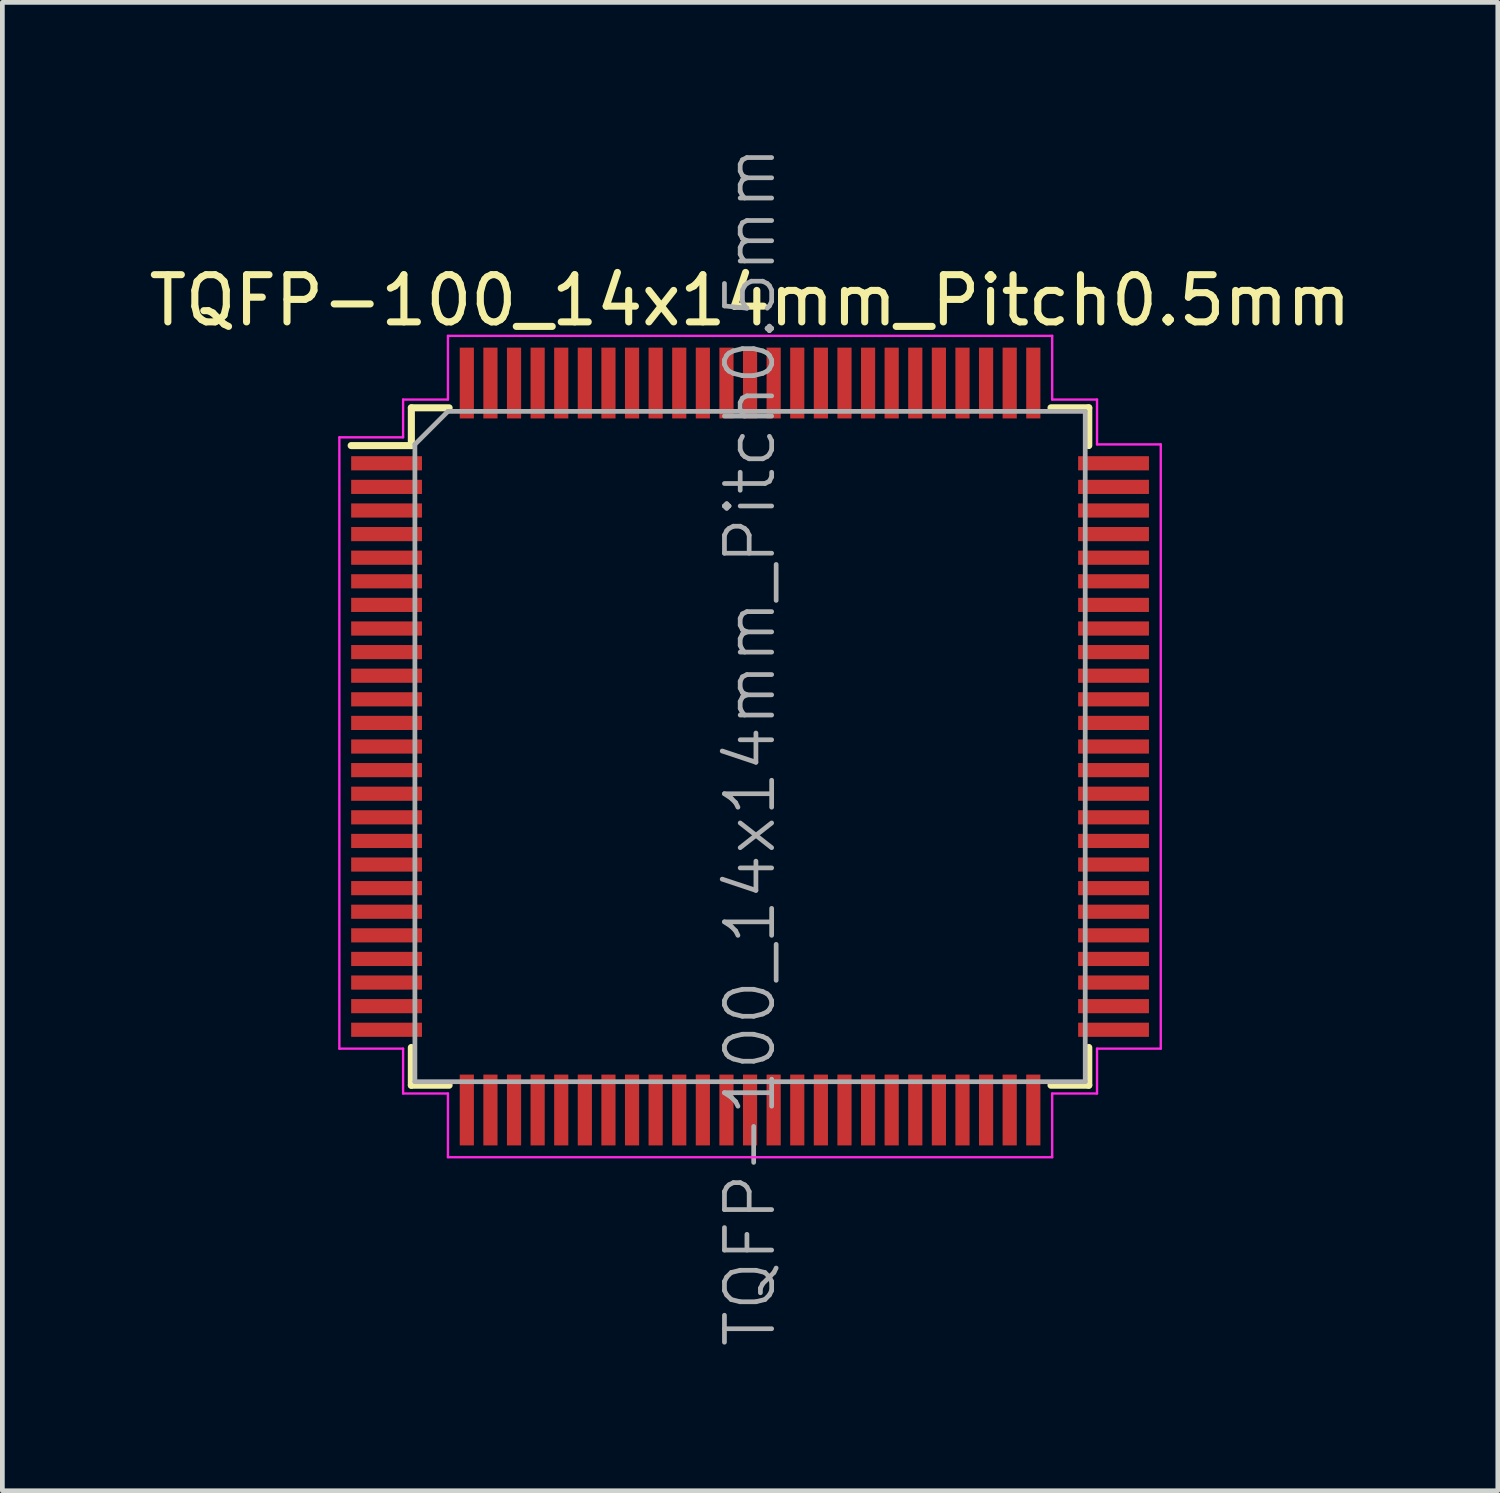
<source format=kicad_pcb>
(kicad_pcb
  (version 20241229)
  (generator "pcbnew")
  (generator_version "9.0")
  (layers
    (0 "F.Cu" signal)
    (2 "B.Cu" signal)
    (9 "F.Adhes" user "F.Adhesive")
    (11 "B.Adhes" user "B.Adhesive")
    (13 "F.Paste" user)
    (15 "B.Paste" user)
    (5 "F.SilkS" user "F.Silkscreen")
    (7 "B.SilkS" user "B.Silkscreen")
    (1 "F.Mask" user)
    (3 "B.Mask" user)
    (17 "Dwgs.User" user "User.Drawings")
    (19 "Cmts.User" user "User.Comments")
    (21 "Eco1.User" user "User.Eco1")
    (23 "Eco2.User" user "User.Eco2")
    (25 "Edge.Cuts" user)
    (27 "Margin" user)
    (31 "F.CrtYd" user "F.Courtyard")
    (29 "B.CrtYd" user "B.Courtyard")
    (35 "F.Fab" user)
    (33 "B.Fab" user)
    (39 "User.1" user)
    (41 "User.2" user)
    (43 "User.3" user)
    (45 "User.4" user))
  (footprint "TQFP-100_14x14mm_Pitch0.5mm"
    (layer "F.Cu")
    (at 12.839 12.764)
    (property "Reference" "TQFP-100_14x14mm_Pitch0.5mm" (at 0 -9.45 0) (layer "F.SilkS") (effects (font (size 1 1) (thickness 0.15))))
    (attr smd)
    (fp_line (start -7.175 -7.175) (end -7.175 -6.375) (stroke (width 0.15) (type solid)) (layer "F.SilkS"))
    (fp_line (start -7.175 -7.175) (end -6.375 -7.175) (stroke (width 0.15) (type solid)) (layer "F.SilkS"))
    (fp_line (start -7.175 -6.375) (end -8.45 -6.375) (stroke (width 0.15) (type solid)) (layer "F.SilkS"))
    (fp_line (start -7.175 7.175) (end -7.175 6.375) (stroke (width 0.15) (type solid)) (layer "F.SilkS"))
    (fp_line (start -7.175 7.175) (end -6.375 7.175) (stroke (width 0.15) (type solid)) (layer "F.SilkS"))
    (fp_line (start 7.175 -7.175) (end 6.375 -7.175) (stroke (width 0.15) (type solid)) (layer "F.SilkS"))
    (fp_line (start 7.175 -7.175) (end 7.175 -6.375) (stroke (width 0.15) (type solid)) (layer "F.SilkS"))
    (fp_line (start 7.175 7.175) (end 6.375 7.175) (stroke (width 0.15) (type solid)) (layer "F.SilkS"))
    (fp_line (start 7.175 7.175) (end 7.175 6.375) (stroke (width 0.15) (type solid)) (layer "F.SilkS"))
    (fp_line (start -8.7 -6.55) (end -8.7 6.4) (stroke (width 0.05) (type solid)) (layer "F.CrtYd"))
    (fp_line (start -8.7 -6.55) (end -7.35 -6.55) (stroke (width 0.05) (type solid)) (layer "F.CrtYd"))
    (fp_line (start -8.7 6.4) (end -7.35 6.4) (stroke (width 0.05) (type solid)) (layer "F.CrtYd"))
    (fp_line (start -7.35 -7.35) (end -7.35 -6.55) (stroke (width 0.05) (type solid)) (layer "F.CrtYd"))
    (fp_line (start -7.35 7.35) (end -7.35 6.4) (stroke (width 0.05) (type solid)) (layer "F.CrtYd"))
    (fp_line (start -6.4 -8.7) (end -6.4 -7.35) (stroke (width 0.05) (type solid)) (layer "F.CrtYd"))
    (fp_line (start -6.4 -7.35) (end -7.35 -7.35) (stroke (width 0.05) (type solid)) (layer "F.CrtYd"))
    (fp_line (start -6.4 7.35) (end -7.35 7.35) (stroke (width 0.05) (type solid)) (layer "F.CrtYd"))
    (fp_line (start -6.4 8.7) (end -6.4 7.35) (stroke (width 0.05) (type solid)) (layer "F.CrtYd"))
    (fp_line (start 6.4 -8.7) (end -6.4 -8.7) (stroke (width 0.05) (type solid)) (layer "F.CrtYd"))
    (fp_line (start 6.4 -8.7) (end 6.4 -7.35) (stroke (width 0.05) (type solid)) (layer "F.CrtYd"))
    (fp_line (start 6.4 -7.35) (end 7.35 -7.35) (stroke (width 0.05) (type solid)) (layer "F.CrtYd"))
    (fp_line (start 6.4 7.35) (end 7.35 7.35) (stroke (width 0.05) (type solid)) (layer "F.CrtYd"))
    (fp_line (start 6.4 8.7) (end -6.4 8.7) (stroke (width 0.05) (type solid)) (layer "F.CrtYd"))
    (fp_line (start 6.4 8.7) (end 6.4 7.35) (stroke (width 0.05) (type solid)) (layer "F.CrtYd"))
    (fp_line (start 7.35 -7.35) (end 7.35 -6.4) (stroke (width 0.05) (type solid)) (layer "F.CrtYd"))
    (fp_line (start 7.35 7.35) (end 7.35 6.4) (stroke (width 0.05) (type solid)) (layer "F.CrtYd"))
    (fp_line (start 8.7 -6.4) (end 7.35 -6.4) (stroke (width 0.05) (type solid)) (layer "F.CrtYd"))
    (fp_line (start 8.7 -6.4) (end 8.7 6.4) (stroke (width 0.05) (type solid)) (layer "F.CrtYd"))
    (fp_line (start 8.7 6.4) (end 7.35 6.4) (stroke (width 0.05) (type solid)) (layer "F.CrtYd"))
    (fp_line (start -7.1 -6.4) (end -6.4 -7.1) (stroke (width 0.1) (type solid)) (layer "F.Fab"))
    (fp_line (start -7.1 7.1) (end -7.1 -6.4) (stroke (width 0.1) (type solid)) (layer "F.Fab"))
    (fp_line (start 7.1 -7.1) (end -6.4 -7.1) (stroke (width 0.1) (type solid)) (layer "F.Fab"))
    (fp_line (start 7.1 7.1) (end -7.1 7.1) (stroke (width 0.1) (type solid)) (layer "F.Fab"))
    (fp_line (start 7.1 7.1) (end 7.1 -7.1) (stroke (width 0.1) (type solid)) (layer "F.Fab"))
    (fp_text user "${REFERENCE}" (at 0 0 90) (layer "F.Fab") (effects (font (size 1 1) (thickness 0.1))))
    (pad "1" smd rect (at -7.7 -6) (size 1.5 0.3) (layers "F.Cu" "F.Mask" "F.Paste"))
    (pad "2" smd rect (at -7.7 -5.5) (size 1.5 0.3) (layers "F.Cu" "F.Mask" "F.Paste"))
    (pad "3" smd rect (at -7.7 -5) (size 1.5 0.3) (layers "F.Cu" "F.Mask" "F.Paste"))
    (pad "4" smd rect (at -7.7 -4.5) (size 1.5 0.3) (layers "F.Cu" "F.Mask" "F.Paste"))
    (pad "5" smd rect (at -7.7 -4) (size 1.5 0.3) (layers "F.Cu" "F.Mask" "F.Paste"))
    (pad "6" smd rect (at -7.7 -3.5) (size 1.5 0.3) (layers "F.Cu" "F.Mask" "F.Paste"))
    (pad "7" smd rect (at -7.7 -3) (size 1.5 0.3) (layers "F.Cu" "F.Mask" "F.Paste"))
    (pad "8" smd rect (at -7.7 -2.5) (size 1.5 0.3) (layers "F.Cu" "F.Mask" "F.Paste"))
    (pad "9" smd rect (at -7.7 -2) (size 1.5 0.3) (layers "F.Cu" "F.Mask" "F.Paste"))
    (pad "10" smd rect (at -7.7 -1.5) (size 1.5 0.3) (layers "F.Cu" "F.Mask" "F.Paste"))
    (pad "11" smd rect (at -7.7 -1) (size 1.5 0.3) (layers "F.Cu" "F.Mask" "F.Paste"))
    (pad "12" smd rect (at -7.7 -0.5) (size 1.5 0.3) (layers "F.Cu" "F.Mask" "F.Paste"))
    (pad "13" smd rect (at -7.7 0) (size 1.5 0.3) (layers "F.Cu" "F.Mask" "F.Paste"))
    (pad "14" smd rect (at -7.7 0.5) (size 1.5 0.3) (layers "F.Cu" "F.Mask" "F.Paste"))
    (pad "15" smd rect (at -7.7 1) (size 1.5 0.3) (layers "F.Cu" "F.Mask" "F.Paste"))
    (pad "16" smd rect (at -7.7 1.5) (size 1.5 0.3) (layers "F.Cu" "F.Mask" "F.Paste"))
    (pad "17" smd rect (at -7.7 2) (size 1.5 0.3) (layers "F.Cu" "F.Mask" "F.Paste"))
    (pad "18" smd rect (at -7.7 2.5) (size 1.5 0.3) (layers "F.Cu" "F.Mask" "F.Paste"))
    (pad "19" smd rect (at -7.7 3) (size 1.5 0.3) (layers "F.Cu" "F.Mask" "F.Paste"))
    (pad "20" smd rect (at -7.7 3.5) (size 1.5 0.3) (layers "F.Cu" "F.Mask" "F.Paste"))
    (pad "21" smd rect (at -7.7 4) (size 1.5 0.3) (layers "F.Cu" "F.Mask" "F.Paste"))
    (pad "22" smd rect (at -7.7 4.5) (size 1.5 0.3) (layers "F.Cu" "F.Mask" "F.Paste"))
    (pad "23" smd rect (at -7.7 5) (size 1.5 0.3) (layers "F.Cu" "F.Mask" "F.Paste"))
    (pad "24" smd rect (at -7.7 5.5) (size 1.5 0.3) (layers "F.Cu" "F.Mask" "F.Paste"))
    (pad "25" smd rect (at -7.7 6) (size 1.5 0.3) (layers "F.Cu" "F.Mask" "F.Paste"))
    (pad "26" smd rect (at -6 7.7 90) (size 1.5 0.3) (layers "F.Cu" "F.Mask" "F.Paste"))
    (pad "27" smd rect (at -5.5 7.7 90) (size 1.5 0.3) (layers "F.Cu" "F.Mask" "F.Paste"))
    (pad "28" smd rect (at -5 7.7 90) (size 1.5 0.3) (layers "F.Cu" "F.Mask" "F.Paste"))
    (pad "29" smd rect (at -4.5 7.7 90) (size 1.5 0.3) (layers "F.Cu" "F.Mask" "F.Paste"))
    (pad "30" smd rect (at -4 7.7 90) (size 1.5 0.3) (layers "F.Cu" "F.Mask" "F.Paste"))
    (pad "31" smd rect (at -3.5 7.7 90) (size 1.5 0.3) (layers "F.Cu" "F.Mask" "F.Paste"))
    (pad "32" smd rect (at -3 7.7 90) (size 1.5 0.3) (layers "F.Cu" "F.Mask" "F.Paste"))
    (pad "33" smd rect (at -2.5 7.7 90) (size 1.5 0.3) (layers "F.Cu" "F.Mask" "F.Paste"))
    (pad "34" smd rect (at -2 7.7 90) (size 1.5 0.3) (layers "F.Cu" "F.Mask" "F.Paste"))
    (pad "35" smd rect (at -1.5 7.7 90) (size 1.5 0.3) (layers "F.Cu" "F.Mask" "F.Paste"))
    (pad "36" smd rect (at -1 7.7 90) (size 1.5 0.3) (layers "F.Cu" "F.Mask" "F.Paste"))
    (pad "37" smd rect (at -0.5 7.7 90) (size 1.5 0.3) (layers "F.Cu" "F.Mask" "F.Paste"))
    (pad "38" smd rect (at 0 7.7 90) (size 1.5 0.3) (layers "F.Cu" "F.Mask" "F.Paste"))
    (pad "39" smd rect (at 0.5 7.7 90) (size 1.5 0.3) (layers "F.Cu" "F.Mask" "F.Paste"))
    (pad "40" smd rect (at 1 7.7 90) (size 1.5 0.3) (layers "F.Cu" "F.Mask" "F.Paste"))
    (pad "41" smd rect (at 1.5 7.7 90) (size 1.5 0.3) (layers "F.Cu" "F.Mask" "F.Paste"))
    (pad "42" smd rect (at 2 7.7 90) (size 1.5 0.3) (layers "F.Cu" "F.Mask" "F.Paste"))
    (pad "43" smd rect (at 2.5 7.7 90) (size 1.5 0.3) (layers "F.Cu" "F.Mask" "F.Paste"))
    (pad "44" smd rect (at 3 7.7 90) (size 1.5 0.3) (layers "F.Cu" "F.Mask" "F.Paste"))
    (pad "45" smd rect (at 3.5 7.7 90) (size 1.5 0.3) (layers "F.Cu" "F.Mask" "F.Paste"))
    (pad "46" smd rect (at 4 7.7 90) (size 1.5 0.3) (layers "F.Cu" "F.Mask" "F.Paste"))
    (pad "47" smd rect (at 4.5 7.7 90) (size 1.5 0.3) (layers "F.Cu" "F.Mask" "F.Paste"))
    (pad "48" smd rect (at 5 7.7 90) (size 1.5 0.3) (layers "F.Cu" "F.Mask" "F.Paste"))
    (pad "49" smd rect (at 5.5 7.7 90) (size 1.5 0.3) (layers "F.Cu" "F.Mask" "F.Paste"))
    (pad "50" smd rect (at 6 7.7 90) (size 1.5 0.3) (layers "F.Cu" "F.Mask" "F.Paste"))
    (pad "51" smd rect (at 7.7 6) (size 1.5 0.3) (layers "F.Cu" "F.Mask" "F.Paste"))
    (pad "52" smd rect (at 7.7 5.5) (size 1.5 0.3) (layers "F.Cu" "F.Mask" "F.Paste"))
    (pad "53" smd rect (at 7.7 5) (size 1.5 0.3) (layers "F.Cu" "F.Mask" "F.Paste"))
    (pad "54" smd rect (at 7.7 4.5) (size 1.5 0.3) (layers "F.Cu" "F.Mask" "F.Paste"))
    (pad "55" smd rect (at 7.7 4) (size 1.5 0.3) (layers "F.Cu" "F.Mask" "F.Paste"))
    (pad "56" smd rect (at 7.7 3.5) (size 1.5 0.3) (layers "F.Cu" "F.Mask" "F.Paste"))
    (pad "57" smd rect (at 7.7 3) (size 1.5 0.3) (layers "F.Cu" "F.Mask" "F.Paste"))
    (pad "58" smd rect (at 7.7 2.5) (size 1.5 0.3) (layers "F.Cu" "F.Mask" "F.Paste"))
    (pad "59" smd rect (at 7.7 2) (size 1.5 0.3) (layers "F.Cu" "F.Mask" "F.Paste"))
    (pad "60" smd rect (at 7.7 1.5) (size 1.5 0.3) (layers "F.Cu" "F.Mask" "F.Paste"))
    (pad "61" smd rect (at 7.7 1) (size 1.5 0.3) (layers "F.Cu" "F.Mask" "F.Paste"))
    (pad "62" smd rect (at 7.7 0.5) (size 1.5 0.3) (layers "F.Cu" "F.Mask" "F.Paste"))
    (pad "63" smd rect (at 7.7 0) (size 1.5 0.3) (layers "F.Cu" "F.Mask" "F.Paste"))
    (pad "64" smd rect (at 7.7 -0.5) (size 1.5 0.3) (layers "F.Cu" "F.Mask" "F.Paste"))
    (pad "65" smd rect (at 7.7 -1) (size 1.5 0.3) (layers "F.Cu" "F.Mask" "F.Paste"))
    (pad "66" smd rect (at 7.7 -1.5) (size 1.5 0.3) (layers "F.Cu" "F.Mask" "F.Paste"))
    (pad "67" smd rect (at 7.7 -2) (size 1.5 0.3) (layers "F.Cu" "F.Mask" "F.Paste"))
    (pad "68" smd rect (at 7.7 -2.5) (size 1.5 0.3) (layers "F.Cu" "F.Mask" "F.Paste"))
    (pad "69" smd rect (at 7.7 -3) (size 1.5 0.3) (layers "F.Cu" "F.Mask" "F.Paste"))
    (pad "70" smd rect (at 7.7 -3.5) (size 1.5 0.3) (layers "F.Cu" "F.Mask" "F.Paste"))
    (pad "71" smd rect (at 7.7 -4) (size 1.5 0.3) (layers "F.Cu" "F.Mask" "F.Paste"))
    (pad "72" smd rect (at 7.7 -4.5) (size 1.5 0.3) (layers "F.Cu" "F.Mask" "F.Paste"))
    (pad "73" smd rect (at 7.7 -5) (size 1.5 0.3) (layers "F.Cu" "F.Mask" "F.Paste"))
    (pad "74" smd rect (at 7.7 -5.5) (size 1.5 0.3) (layers "F.Cu" "F.Mask" "F.Paste"))
    (pad "75" smd rect (at 7.7 -6) (size 1.5 0.3) (layers "F.Cu" "F.Mask" "F.Paste"))
    (pad "76" smd rect (at 6 -7.7 90) (size 1.5 0.3) (layers "F.Cu" "F.Mask" "F.Paste"))
    (pad "77" smd rect (at 5.5 -7.7 90) (size 1.5 0.3) (layers "F.Cu" "F.Mask" "F.Paste"))
    (pad "78" smd rect (at 5 -7.7 90) (size 1.5 0.3) (layers "F.Cu" "F.Mask" "F.Paste"))
    (pad "79" smd rect (at 4.5 -7.7 90) (size 1.5 0.3) (layers "F.Cu" "F.Mask" "F.Paste"))
    (pad "80" smd rect (at 4 -7.7 90) (size 1.5 0.3) (layers "F.Cu" "F.Mask" "F.Paste"))
    (pad "81" smd rect (at 3.5 -7.7 90) (size 1.5 0.3) (layers "F.Cu" "F.Mask" "F.Paste"))
    (pad "82" smd rect (at 3 -7.7 90) (size 1.5 0.3) (layers "F.Cu" "F.Mask" "F.Paste"))
    (pad "83" smd rect (at 2.5 -7.7 90) (size 1.5 0.3) (layers "F.Cu" "F.Mask" "F.Paste"))
    (pad "84" smd rect (at 2 -7.7 90) (size 1.5 0.3) (layers "F.Cu" "F.Mask" "F.Paste"))
    (pad "85" smd rect (at 1.5 -7.7 90) (size 1.5 0.3) (layers "F.Cu" "F.Mask" "F.Paste"))
    (pad "86" smd rect (at 1 -7.7 90) (size 1.5 0.3) (layers "F.Cu" "F.Mask" "F.Paste"))
    (pad "87" smd rect (at 0.5 -7.7 90) (size 1.5 0.3) (layers "F.Cu" "F.Mask" "F.Paste"))
    (pad "88" smd rect (at 0 -7.7 90) (size 1.5 0.3) (layers "F.Cu" "F.Mask" "F.Paste"))
    (pad "89" smd rect (at -0.5 -7.7 90) (size 1.5 0.3) (layers "F.Cu" "F.Mask" "F.Paste"))
    (pad "90" smd rect (at -1 -7.7 90) (size 1.5 0.3) (layers "F.Cu" "F.Mask" "F.Paste"))
    (pad "91" smd rect (at -1.5 -7.7 90) (size 1.5 0.3) (layers "F.Cu" "F.Mask" "F.Paste"))
    (pad "92" smd rect (at -2 -7.7 90) (size 1.5 0.3) (layers "F.Cu" "F.Mask" "F.Paste"))
    (pad "93" smd rect (at -2.5 -7.7 90) (size 1.5 0.3) (layers "F.Cu" "F.Mask" "F.Paste"))
    (pad "94" smd rect (at -3 -7.7 90) (size 1.5 0.3) (layers "F.Cu" "F.Mask" "F.Paste"))
    (pad "95" smd rect (at -3.5 -7.7 90) (size 1.5 0.3) (layers "F.Cu" "F.Mask" "F.Paste"))
    (pad "96" smd rect (at -4 -7.7 90) (size 1.5 0.3) (layers "F.Cu" "F.Mask" "F.Paste"))
    (pad "97" smd rect (at -4.5 -7.7 90) (size 1.5 0.3) (layers "F.Cu" "F.Mask" "F.Paste"))
    (pad "98" smd rect (at -5 -7.7 90) (size 1.5 0.3) (layers "F.Cu" "F.Mask" "F.Paste"))
    (pad "99" smd rect (at -5.5 -7.7 90) (size 1.5 0.3) (layers "F.Cu" "F.Mask" "F.Paste"))
    (pad "100" smd rect (at -6 -7.7 90) (size 1.5 0.3) (layers "F.Cu" "F.Mask" "F.Paste")))
  (gr_rect
    (start -3 -3)
    (end 28.679 28.529)
    (stroke (width 0.1) (type default))
    (fill no)
    (layer "Edge.Cuts")))
</source>
